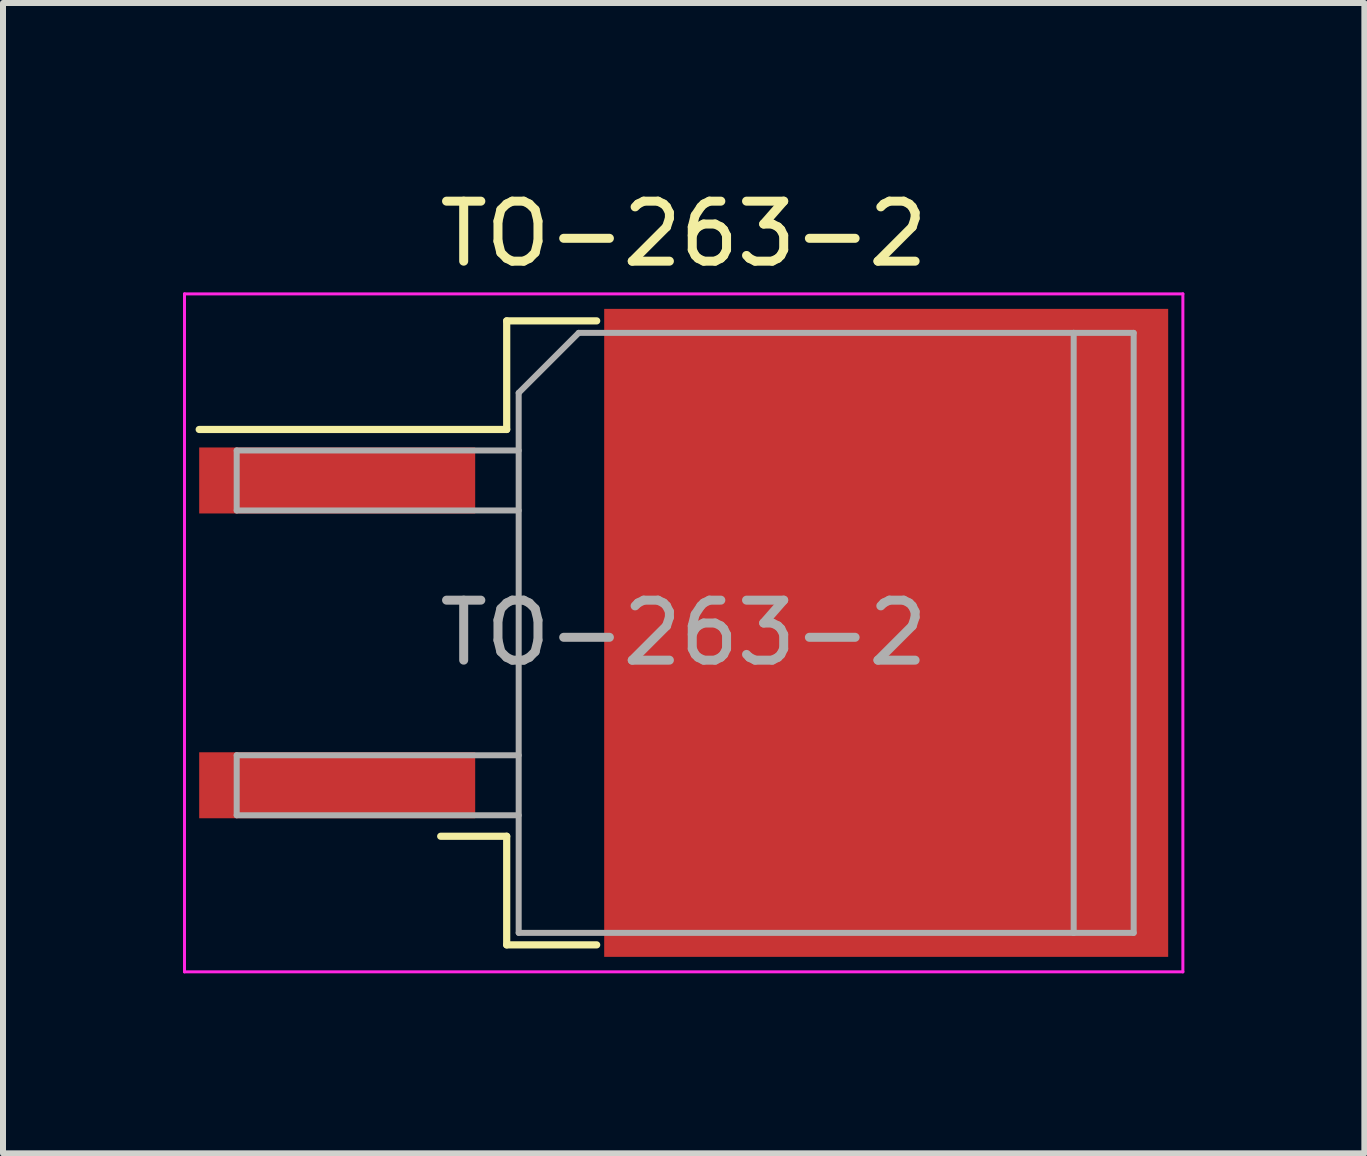
<source format=kicad_pcb>
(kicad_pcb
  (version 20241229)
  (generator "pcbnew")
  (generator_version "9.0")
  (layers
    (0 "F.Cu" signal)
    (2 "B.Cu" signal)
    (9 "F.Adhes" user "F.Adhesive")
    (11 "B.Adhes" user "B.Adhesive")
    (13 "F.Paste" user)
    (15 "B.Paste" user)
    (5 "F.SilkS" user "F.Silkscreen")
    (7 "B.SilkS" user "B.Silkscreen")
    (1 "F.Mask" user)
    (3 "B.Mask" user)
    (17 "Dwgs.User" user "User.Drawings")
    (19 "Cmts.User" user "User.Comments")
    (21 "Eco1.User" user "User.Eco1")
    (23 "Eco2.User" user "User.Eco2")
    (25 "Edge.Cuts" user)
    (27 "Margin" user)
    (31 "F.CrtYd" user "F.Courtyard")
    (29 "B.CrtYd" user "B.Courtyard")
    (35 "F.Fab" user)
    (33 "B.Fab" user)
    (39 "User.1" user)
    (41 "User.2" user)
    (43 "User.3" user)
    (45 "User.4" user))
  (footprint "TO-263-2"
    (layer "F.Cu")
    (at 8.345 7.498)
    (property "Reference" "TO-263-2" (at 0 -6.65 0) (layer "F.SilkS") (effects (font (size 1 1) (thickness 0.15))))
    (attr smd)
    (fp_line (start -2.95 -5.2) (end -2.95 -3.39) (stroke (width 0.12) (type solid)) (layer "F.SilkS"))
    (fp_line (start -2.95 -3.39) (end -8.075 -3.39) (stroke (width 0.12) (type solid)) (layer "F.SilkS"))
    (fp_line (start -2.95 3.39) (end -4.05 3.39) (stroke (width 0.12) (type solid)) (layer "F.SilkS"))
    (fp_line (start -2.95 5.2) (end -2.95 3.39) (stroke (width 0.12) (type solid)) (layer "F.SilkS"))
    (fp_line (start -1.45 -5.2) (end -2.95 -5.2) (stroke (width 0.12) (type solid)) (layer "F.SilkS"))
    (fp_line (start -1.45 5.2) (end -2.95 5.2) (stroke (width 0.12) (type solid)) (layer "F.SilkS"))
    (fp_line (start -8.32 -5.65) (end -8.32 5.65) (stroke (width 0.05) (type solid)) (layer "F.CrtYd"))
    (fp_line (start -8.32 5.65) (end 8.32 5.65) (stroke (width 0.05) (type solid)) (layer "F.CrtYd"))
    (fp_line (start 8.32 -5.65) (end -8.32 -5.65) (stroke (width 0.05) (type solid)) (layer "F.CrtYd"))
    (fp_line (start 8.32 5.65) (end 8.32 -5.65) (stroke (width 0.05) (type solid)) (layer "F.CrtYd"))
    (fp_line (start -7.45 -3.04) (end -7.45 -2.04) (stroke (width 0.1) (type solid)) (layer "F.Fab"))
    (fp_line (start -7.45 -2.04) (end -2.75 -2.04) (stroke (width 0.1) (type solid)) (layer "F.Fab"))
    (fp_line (start -7.45 2.04) (end -7.45 3.04) (stroke (width 0.1) (type solid)) (layer "F.Fab"))
    (fp_line (start -7.45 3.04) (end -2.75 3.04) (stroke (width 0.1) (type solid)) (layer "F.Fab"))
    (fp_line (start -2.75 -4) (end -1.75 -5) (stroke (width 0.1) (type solid)) (layer "F.Fab"))
    (fp_line (start -2.75 -3.04) (end -7.45 -3.04) (stroke (width 0.1) (type solid)) (layer "F.Fab"))
    (fp_line (start -2.75 2.04) (end -7.45 2.04) (stroke (width 0.1) (type solid)) (layer "F.Fab"))
    (fp_line (start -2.75 5) (end -2.75 -4) (stroke (width 0.1) (type solid)) (layer "F.Fab"))
    (fp_line (start -1.75 -5) (end 6.5 -5) (stroke (width 0.1) (type solid)) (layer "F.Fab"))
    (fp_line (start 6.5 -5) (end 6.5 5) (stroke (width 0.1) (type solid)) (layer "F.Fab"))
    (fp_line (start 6.5 -5) (end 7.5 -5) (stroke (width 0.1) (type solid)) (layer "F.Fab"))
    (fp_line (start 6.5 5) (end -2.75 5) (stroke (width 0.1) (type solid)) (layer "F.Fab"))
    (fp_line (start 7.5 -5) (end 7.5 5) (stroke (width 0.1) (type solid)) (layer "F.Fab"))
    (fp_line (start 7.5 5) (end 6.5 5) (stroke (width 0.1) (type solid)) (layer "F.Fab"))
    (fp_text user "${REFERENCE}" (at 0 0 0) (layer "F.Fab") (effects (font (size 1 1) (thickness 0.15))))
    (pad "" smd rect (at 0.95 -2.775) (size 4.55 5.25) (layers "F.Paste"))
    (pad "" smd rect (at 0.95 2.775) (size 4.55 5.25) (layers "F.Paste"))
    (pad "" smd rect (at 5.8 -2.775) (size 4.55 5.25) (layers "F.Paste"))
    (pad "" smd rect (at 5.8 2.775) (size 4.55 5.25) (layers "F.Paste"))
    (pad "1" smd rect (at -5.775 -2.54) (size 4.6 1.1) (layers "F.Cu" "F.Mask" "F.Paste"))
    (pad "2" smd rect (at 3.375 0) (size 9.4 10.8) (layers "F.Cu" "F.Mask"))
    (pad "3" smd rect (at -5.775 2.54) (size 4.6 1.1) (layers "F.Cu" "F.Mask" "F.Paste")))
  (gr_rect
    (start -3 -3)
    (end 19.69 16.173)
    (stroke (width 0.1) (type default))
    (fill no)
    (layer "Edge.Cuts")))
</source>
